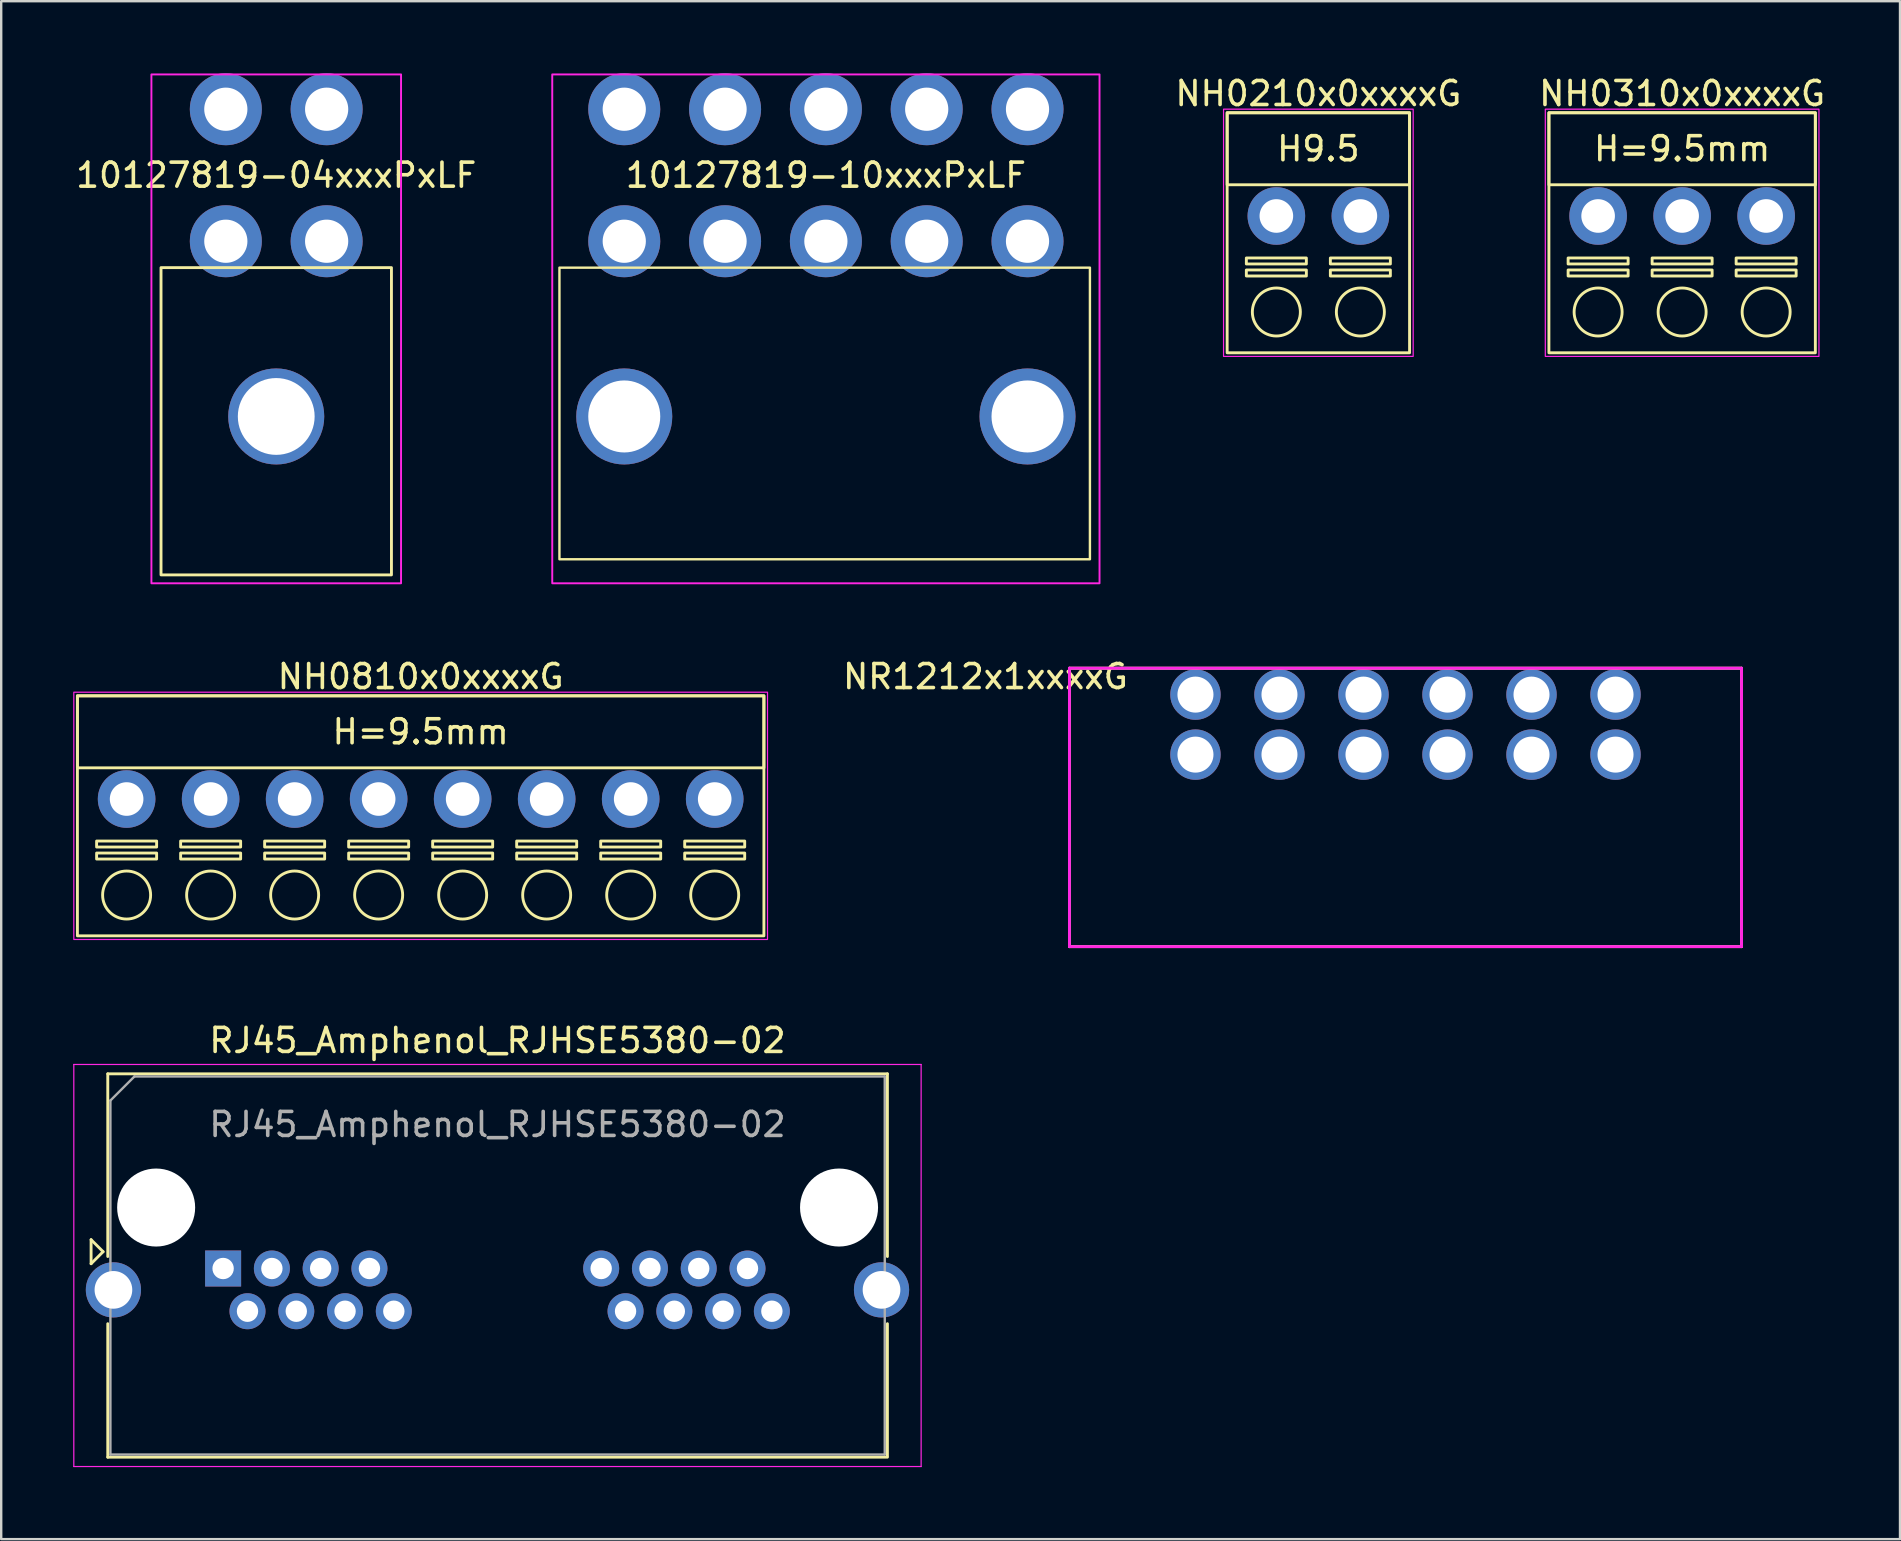
<source format=kicad_pcb>
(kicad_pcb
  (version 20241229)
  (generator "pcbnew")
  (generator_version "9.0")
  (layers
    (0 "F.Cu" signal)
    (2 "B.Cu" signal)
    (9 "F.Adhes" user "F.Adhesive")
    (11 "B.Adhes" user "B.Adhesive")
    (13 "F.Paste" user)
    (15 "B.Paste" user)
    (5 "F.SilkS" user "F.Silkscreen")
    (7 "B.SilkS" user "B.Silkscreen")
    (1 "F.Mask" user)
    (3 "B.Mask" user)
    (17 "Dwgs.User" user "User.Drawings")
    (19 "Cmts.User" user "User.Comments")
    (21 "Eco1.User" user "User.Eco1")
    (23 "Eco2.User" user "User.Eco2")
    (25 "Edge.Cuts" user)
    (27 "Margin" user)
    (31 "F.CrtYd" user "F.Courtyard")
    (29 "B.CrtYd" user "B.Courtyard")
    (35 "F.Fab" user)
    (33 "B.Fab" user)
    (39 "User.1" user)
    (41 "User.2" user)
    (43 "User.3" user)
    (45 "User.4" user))
  (footprint "NR1212x1xxxxG"
    (layer "F.Cu")
    (at 55.504 28.388)
    (property "Reference" "NR1212x1xxxxG" (at -17.5 -3.25 0) (unlocked yes) (layer "F.SilkS") (effects (font (size 1 1) (thickness 0.15))))
    (attr through_hole)
    (fp_line (start -14 -3.6) (end -14 8) (stroke (width 0.12) (type solid)) (layer "F.SilkS"))
    (fp_line (start -14 8) (end 14 8) (stroke (width 0.12) (type solid)) (layer "F.SilkS"))
    (fp_line (start 14 -3.6) (end -14 -3.6) (stroke (width 0.12) (type solid)) (layer "F.SilkS"))
    (fp_line (start 14 8) (end 14 -3.6) (stroke (width 0.12) (type solid)) (layer "F.SilkS"))
    (fp_line (start -14 -3.6) (end -14 8) (stroke (width 0.12) (type solid)) (layer "F.CrtYd"))
    (fp_line (start -14 8) (end 14 8) (stroke (width 0.12) (type solid)) (layer "F.CrtYd"))
    (fp_line (start 14 -3.6) (end -14 -3.6) (stroke (width 0.12) (type solid)) (layer "F.CrtYd"))
    (fp_line (start 14 8) (end 14 -3.6) (stroke (width 0.12) (type solid)) (layer "F.CrtYd"))
    (pad "1" thru_hole circle (at -8.75 0) (size 2.1 2.1) (drill 1.5) (layers "*.Cu" "*.Mask"))
    (pad "2" thru_hole circle (at -8.75 -2.5) (size 2.1 2.1) (drill 1.5) (layers "*.Cu" "*.Mask"))
    (pad "3" thru_hole circle (at -5.25 0) (size 2.1 2.1) (drill 1.5) (layers "*.Cu" "*.Mask"))
    (pad "4" thru_hole circle (at -5.25 -2.5) (size 2.1 2.1) (drill 1.5) (layers "*.Cu" "*.Mask"))
    (pad "5" thru_hole circle (at -1.75 0) (size 2.1 2.1) (drill 1.5) (layers "*.Cu" "*.Mask"))
    (pad "6" thru_hole circle (at -1.75 -2.5) (size 2.1 2.1) (drill 1.5) (layers "*.Cu" "*.Mask"))
    (pad "7" thru_hole circle (at 1.75 0) (size 2.1 2.1) (drill 1.5) (layers "*.Cu" "*.Mask"))
    (pad "8" thru_hole circle (at 1.75 -2.5) (size 2.1 2.1) (drill 1.5) (layers "*.Cu" "*.Mask"))
    (pad "9" thru_hole circle (at 5.25 0) (size 2.1 2.1) (drill 1.5) (layers "*.Cu" "*.Mask"))
    (pad "10" thru_hole circle (at 5.25 -2.5) (size 2.1 2.1) (drill 1.5) (layers "*.Cu" "*.Mask"))
    (pad "11" thru_hole circle (at 8.75 0) (size 2.1 2.1) (drill 1.5) (layers "*.Cu" "*.Mask"))
    (pad "12" thru_hole circle (at 8.75 -2.5) (size 2.1 2.1) (drill 1.5) (layers "*.Cu" "*.Mask")))
  (footprint "RJ45_Amphenol_RJHSE5380-02"
    (layer "F.Cu")
    (at 6.245 49.797)
    (property "Reference" "RJ45_Amphenol_RJHSE5380-02" (at 11.43 -9.5 0) (layer "F.SilkS") (effects (font (size 1 1) (thickness 0.15))))
    (attr through_hole)
    (fp_line (start -5.5 -1.2) (end -5 -0.7) (stroke (width 0.12) (type solid)) (layer "F.SilkS"))
    (fp_line (start -5.5 -0.2) (end -5.5 -1.2) (stroke (width 0.12) (type solid)) (layer "F.SilkS"))
    (fp_line (start -5 -0.7) (end -5.5 -0.2) (stroke (width 0.12) (type solid)) (layer "F.SilkS"))
    (fp_line (start -4.805 -8.11) (end -4.805 -0.5) (stroke (width 0.12) (type solid)) (layer "F.SilkS"))
    (fp_line (start -4.805 -8.11) (end 27.675 -8.11) (stroke (width 0.12) (type solid)) (layer "F.SilkS"))
    (fp_line (start -4.805 7.86) (end -4.805 2.3) (stroke (width 0.12) (type solid)) (layer "F.SilkS"))
    (fp_line (start -4.805 7.86) (end 27.675 7.86) (stroke (width 0.12) (type solid)) (layer "F.SilkS"))
    (fp_line (start 27.675 -8.11) (end 27.675 -0.5) (stroke (width 0.12) (type solid)) (layer "F.SilkS"))
    (fp_line (start 27.675 7.815) (end 27.675 2.3) (stroke (width 0.12) (type solid)) (layer "F.SilkS"))
    (fp_line (start -6.22 -8.5) (end -6.22 8.25) (stroke (width 0.05) (type solid)) (layer "F.CrtYd"))
    (fp_line (start -6.22 -8.5) (end 29.08 -8.5) (stroke (width 0.05) (type solid)) (layer "F.CrtYd"))
    (fp_line (start -6.22 8.25) (end 29.08 8.25) (stroke (width 0.05) (type solid)) (layer "F.CrtYd"))
    (fp_line (start 29.08 -8.5) (end 29.08 8.25) (stroke (width 0.05) (type solid)) (layer "F.CrtYd"))
    (fp_line (start -4.695 -7) (end -4.695 7.75) (stroke (width 0.1) (type solid)) (layer "F.Fab"))
    (fp_line (start -4.695 -7) (end -3.695 -8) (stroke (width 0.1) (type solid)) (layer "F.Fab"))
    (fp_line (start -4.695 7.75) (end 27.565 7.75) (stroke (width 0.1) (type solid)) (layer "F.Fab"))
    (fp_line (start -3.695 -8) (end 27.565 -8) (stroke (width 0.1) (type solid)) (layer "F.Fab"))
    (fp_line (start 27.565 -8) (end 27.565 7.75) (stroke (width 0.1) (type solid)) (layer "F.Fab"))
    (fp_text user "${REFERENCE}" (at 11.43 -6 0) (layer "F.Fab") (effects (font (size 1 1) (thickness 0.15))))
    (pad "" np_thru_hole circle (at -2.79 -2.54) (size 3.25 3.25) (drill 3.25) (layers "*.Cu" "*.Mask"))
    (pad "" np_thru_hole circle (at 25.66 -2.54) (size 3.25 3.25) (drill 3.25) (layers "*.Cu" "*.Mask"))
    (pad "1" thru_hole rect (at 0 0) (size 1.5 1.5) (drill 0.89) (layers "*.Cu" "*.Mask"))
    (pad "2" thru_hole circle (at 1.016 1.78) (size 1.5 1.5) (drill 0.89) (layers "*.Cu" "*.Mask"))
    (pad "3" thru_hole circle (at 2.032 0) (size 1.5 1.5) (drill 0.89) (layers "*.Cu" "*.Mask"))
    (pad "4" thru_hole circle (at 3.048 1.78) (size 1.5 1.5) (drill 0.89) (layers "*.Cu" "*.Mask"))
    (pad "5" thru_hole circle (at 4.064 0) (size 1.5 1.5) (drill 0.89) (layers "*.Cu" "*.Mask"))
    (pad "6" thru_hole circle (at 5.08 1.78) (size 1.5 1.5) (drill 0.89) (layers "*.Cu" "*.Mask"))
    (pad "7" thru_hole circle (at 6.096 0) (size 1.5 1.5) (drill 0.89) (layers "*.Cu" "*.Mask"))
    (pad "8" thru_hole circle (at 7.112 1.78) (size 1.5 1.5) (drill 0.89) (layers "*.Cu" "*.Mask"))
    (pad "13" thru_hole circle (at 15.75 0) (size 1.5 1.5) (drill 0.89) (layers "*.Cu" "*.Mask"))
    (pad "14" thru_hole circle (at 16.766 1.78) (size 1.5 1.5) (drill 0.89) (layers "*.Cu" "*.Mask"))
    (pad "15" thru_hole circle (at 17.782 0) (size 1.5 1.5) (drill 0.89) (layers "*.Cu" "*.Mask"))
    (pad "16" thru_hole circle (at 18.798 1.78) (size 1.5 1.5) (drill 0.89) (layers "*.Cu" "*.Mask"))
    (pad "17" thru_hole circle (at 19.814 0) (size 1.5 1.5) (drill 0.89) (layers "*.Cu" "*.Mask"))
    (pad "18" thru_hole circle (at 20.83 1.78) (size 1.5 1.5) (drill 0.89) (layers "*.Cu" "*.Mask"))
    (pad "19" thru_hole circle (at 21.846 0) (size 1.5 1.5) (drill 0.89) (layers "*.Cu" "*.Mask"))
    (pad "20" thru_hole circle (at 22.862 1.78) (size 1.5 1.5) (drill 0.89) (layers "*.Cu" "*.Mask"))
    (pad "SH" thru_hole circle (at -4.57 0.89) (size 2.3 2.3) (drill 1.57) (layers "*.Cu" "*.Mask"))
    (pad "SH" thru_hole circle (at 27.43 0.89) (size 2.3 2.3) (drill 1.57) (layers "*.Cu" "*.Mask")))
  (footprint "NH0210x0xxxxG"
    (layer "F.Cu")
    (at 51.874 5.948)
    (property "Reference" "NH0210x0xxxxG" (at 0 -5.1 0) (unlocked yes) (layer "F.SilkS") (effects (font (size 1 1) (thickness 0.15))))
    (attr through_hole)
    (fp_rect (start -3.8 -4.3) (end 3.8 -1.3) (stroke (width 0.12) (type solid)) (fill no) (layer "F.SilkS"))
    (fp_rect (start -3.8 -4.3) (end 3.8 5.7) (stroke (width 0.12) (type solid)) (fill no) (layer "F.SilkS"))
    (fp_rect (start -3 1.75) (end -0.5 2) (stroke (width 0.12) (type solid)) (fill no) (layer "F.SilkS"))
    (fp_rect (start -3 2.25) (end -0.5 2.5) (stroke (width 0.12) (type solid)) (fill no) (layer "F.SilkS"))
    (fp_rect (start 0.5 1.75) (end 3 2) (stroke (width 0.12) (type solid)) (fill no) (layer "F.SilkS"))
    (fp_rect (start 0.5 2.25) (end 3 2.5) (stroke (width 0.12) (type solid)) (fill no) (layer "F.SilkS"))
    (fp_circle (center -1.75 4) (end -1.75 5) (stroke (width 0.12) (type solid)) (fill no) (layer "F.SilkS"))
    (fp_circle (center 1.75 4) (end 1.75 5) (stroke (width 0.12) (type solid)) (fill no) (layer "F.SilkS"))
    (fp_rect (start -3.95 -4.45) (end 3.95 5.85) (stroke (width 0.05) (type solid)) (fill no) (layer "F.CrtYd"))
    (fp_text user "H9.5" (at 0 -2.8 0) (unlocked yes) (layer "F.SilkS") (effects (font (size 1 1) (thickness 0.15))))
    (pad "1" thru_hole circle (at -1.75 0) (size 2.4 2.4) (drill 1.4) (layers "*.Cu" "*.Mask"))
    (pad "2" thru_hole circle (at 1.75 0) (size 2.4 2.4) (drill 1.4) (layers "*.Cu" "*.Mask")))
  (footprint "10127819-04xxxPxLF"
    (layer "F.Cu")
    (at 8.458 4.25)
    (property "Reference" "10127819-04xxxPxLF" (at 0 0 180) (layer "F.SilkS") (effects (font (size 1 1) (thickness 0.15))))
    (fp_rect (start -4.8 3.85) (end 4.8 16.65) (stroke (width 0.12) (type solid)) (fill no) (layer "F.SilkS"))
    (fp_rect (start -5.2 -4.2) (end 5.2 17) (stroke (width 0.08) (type solid)) (fill no) (layer "F.CrtYd"))
    (pad "" np_thru_hole circle (at 0 10.05) (size 4 4) (drill 3.2) (layers "*.Cu" "*.Mask"))
    (pad "1" thru_hole circle (at -2.1 2.75) (size 3 3) (drill 1.8) (layers "*.Cu" "*.Mask"))
    (pad "2" thru_hole circle (at -2.1 -2.75) (size 3 3) (drill 1.8) (layers "*.Cu" "*.Mask"))
    (pad "3" thru_hole circle (at 2.1 2.75) (size 3 3) (drill 1.8) (layers "*.Cu" "*.Mask"))
    (pad "4" thru_hole circle (at 2.1 -2.75) (size 3 3) (drill 1.8) (layers "*.Cu" "*.Mask")))
  (footprint "NH0810x0xxxxG"
    (layer "F.Cu")
    (at 14.475 30.238)
    (property "Reference" "NH0810x0xxxxG" (at 0 -5.1 0) (unlocked yes) (layer "F.SilkS") (effects (font (size 1 1) (thickness 0.15))))
    (attr through_hole)
    (fp_rect (start -14.3 -4.3) (end 14.3 -1.3) (stroke (width 0.12) (type solid)) (fill no) (layer "F.SilkS"))
    (fp_rect (start -14.3 -4.3) (end 14.3 5.7) (stroke (width 0.12) (type solid)) (fill no) (layer "F.SilkS"))
    (fp_rect (start -13.5 1.75) (end -11 2) (stroke (width 0.12) (type solid)) (fill no) (layer "F.SilkS"))
    (fp_rect (start -13.5 2.25) (end -11 2.5) (stroke (width 0.12) (type solid)) (fill no) (layer "F.SilkS"))
    (fp_rect (start -10 1.75) (end -7.5 2) (stroke (width 0.12) (type solid)) (fill no) (layer "F.SilkS"))
    (fp_rect (start -10 2.25) (end -7.5 2.5) (stroke (width 0.12) (type solid)) (fill no) (layer "F.SilkS"))
    (fp_rect (start -6.5 1.75) (end -4 2) (stroke (width 0.12) (type solid)) (fill no) (layer "F.SilkS"))
    (fp_rect (start -6.5 2.25) (end -4 2.5) (stroke (width 0.12) (type solid)) (fill no) (layer "F.SilkS"))
    (fp_rect (start -3 1.75) (end -0.5 2) (stroke (width 0.12) (type solid)) (fill no) (layer "F.SilkS"))
    (fp_rect (start -3 2.25) (end -0.5 2.5) (stroke (width 0.12) (type solid)) (fill no) (layer "F.SilkS"))
    (fp_rect (start 0.5 1.75) (end 3 2) (stroke (width 0.12) (type solid)) (fill no) (layer "F.SilkS"))
    (fp_rect (start 0.5 2.25) (end 3 2.5) (stroke (width 0.12) (type solid)) (fill no) (layer "F.SilkS"))
    (fp_rect (start 4 1.75) (end 6.5 2) (stroke (width 0.12) (type solid)) (fill no) (layer "F.SilkS"))
    (fp_rect (start 4 2.25) (end 6.5 2.5) (stroke (width 0.12) (type solid)) (fill no) (layer "F.SilkS"))
    (fp_rect (start 7.5 1.75) (end 10 2) (stroke (width 0.12) (type solid)) (fill no) (layer "F.SilkS"))
    (fp_rect (start 7.5 2.25) (end 10 2.5) (stroke (width 0.12) (type solid)) (fill no) (layer "F.SilkS"))
    (fp_rect (start 11 1.75) (end 13.5 2) (stroke (width 0.12) (type solid)) (fill no) (layer "F.SilkS"))
    (fp_rect (start 11 2.25) (end 13.5 2.5) (stroke (width 0.12) (type solid)) (fill no) (layer "F.SilkS"))
    (fp_circle (center -12.25 4) (end -12.25 5) (stroke (width 0.12) (type solid)) (fill no) (layer "F.SilkS"))
    (fp_circle (center -8.75 4) (end -8.75 5) (stroke (width 0.12) (type solid)) (fill no) (layer "F.SilkS"))
    (fp_circle (center -5.25 4) (end -5.25 5) (stroke (width 0.12) (type solid)) (fill no) (layer "F.SilkS"))
    (fp_circle (center -1.75 4) (end -1.75 5) (stroke (width 0.12) (type solid)) (fill no) (layer "F.SilkS"))
    (fp_circle (center 1.75 4) (end 1.75 5) (stroke (width 0.12) (type solid)) (fill no) (layer "F.SilkS"))
    (fp_circle (center 5.25 4) (end 5.25 5) (stroke (width 0.12) (type solid)) (fill no) (layer "F.SilkS"))
    (fp_circle (center 8.75 4) (end 8.75 5) (stroke (width 0.12) (type solid)) (fill no) (layer "F.SilkS"))
    (fp_circle (center 12.25 4) (end 12.25 5) (stroke (width 0.12) (type solid)) (fill no) (layer "F.SilkS"))
    (fp_rect (start -14.45 -4.45) (end 14.45 5.85) (stroke (width 0.05) (type solid)) (fill no) (layer "F.CrtYd"))
    (fp_text user "H=9.5mm" (at 0 -2.8 0) (unlocked yes) (layer "F.SilkS") (effects (font (size 1 1) (thickness 0.15))))
    (pad "1" thru_hole circle (at -12.25 0) (size 2.4 2.4) (drill 1.4) (layers "*.Cu" "*.Mask"))
    (pad "2" thru_hole circle (at -8.75 0) (size 2.4 2.4) (drill 1.4) (layers "*.Cu" "*.Mask"))
    (pad "3" thru_hole circle (at -5.25 0) (size 2.4 2.4) (drill 1.4) (layers "*.Cu" "*.Mask"))
    (pad "4" thru_hole circle (at -1.75 0) (size 2.4 2.4) (drill 1.4) (layers "*.Cu" "*.Mask"))
    (pad "5" thru_hole circle (at 1.75 0) (size 2.4 2.4) (drill 1.4) (layers "*.Cu" "*.Mask"))
    (pad "6" thru_hole circle (at 5.25 0) (size 2.4 2.4) (drill 1.4) (layers "*.Cu" "*.Mask"))
    (pad "7" thru_hole circle (at 8.75 0) (size 2.4 2.4) (drill 1.4) (layers "*.Cu" "*.Mask"))
    (pad "8" thru_hole circle (at 12.25 0) (size 2.4 2.4) (drill 1.4) (layers "*.Cu" "*.Mask")))
  (footprint "10127819-10xxxPxLF"
    (layer "F.Cu")
    (at 31.357 4.25)
    (property "Reference" "10127819-10xxxPxLF" (at 0 0 180) (layer "F.SilkS") (effects (font (size 1 1) (thickness 0.15))))
    (fp_rect (start -11.1 3.85) (end 11 16) (stroke (width 0.1) (type solid)) (fill no) (layer "F.SilkS"))
    (fp_rect (start -11.4 -4.2) (end 11.4 17) (stroke (width 0.08) (type solid)) (fill no) (layer "F.CrtYd"))
    (pad "" np_thru_hole circle (at -8.4 10.05) (size 4 4) (drill 3) (layers "*.Cu" "*.Mask"))
    (pad "" np_thru_hole circle (at 8.4 10.05) (size 4 4) (drill 3) (layers "*.Cu" "*.Mask"))
    (pad "1" thru_hole circle (at -8.4 2.75) (size 3 3) (drill 1.8) (layers "*.Cu" "*.Mask"))
    (pad "2" thru_hole circle (at -8.4 -2.75) (size 3 3) (drill 1.8) (layers "*.Cu" "*.Mask"))
    (pad "3" thru_hole circle (at -4.2 2.75) (size 3 3) (drill 1.8) (layers "*.Cu" "*.Mask"))
    (pad "4" thru_hole circle (at -4.2 -2.75) (size 3 3) (drill 1.8) (layers "*.Cu" "*.Mask"))
    (pad "5" thru_hole circle (at 0 2.75) (size 3 3) (drill 1.8) (layers "*.Cu" "*.Mask"))
    (pad "6" thru_hole circle (at 0 -2.75) (size 3 3) (drill 1.8) (layers "*.Cu" "*.Mask"))
    (pad "7" thru_hole circle (at 4.2 2.75) (size 3 3) (drill 1.8) (layers "*.Cu" "*.Mask"))
    (pad "8" thru_hole circle (at 4.2 -2.75) (size 3 3) (drill 1.8) (layers "*.Cu" "*.Mask"))
    (pad "9" thru_hole circle (at 8.4 2.75) (size 3 3) (drill 1.8) (layers "*.Cu" "*.Mask"))
    (pad "10" thru_hole circle (at 8.4 -2.75) (size 3 3) (drill 1.8) (layers "*.Cu" "*.Mask")))
  (footprint "NH0310x0xxxxG"
    (layer "F.Cu")
    (at 67.029 5.948)
    (property "Reference" "NH0310x0xxxxG" (at 0 -5.1 0) (unlocked yes) (layer "F.SilkS") (effects (font (size 1 1) (thickness 0.15))))
    (attr through_hole)
    (fp_rect (start -5.55 -4.3) (end 5.55 -1.3) (stroke (width 0.12) (type solid)) (fill no) (layer "F.SilkS"))
    (fp_rect (start -5.55 -4.3) (end 5.55 5.7) (stroke (width 0.12) (type solid)) (fill no) (layer "F.SilkS"))
    (fp_rect (start -4.75 1.75) (end -2.25 2) (stroke (width 0.12) (type solid)) (fill no) (layer "F.SilkS"))
    (fp_rect (start -4.75 2.25) (end -2.25 2.5) (stroke (width 0.12) (type solid)) (fill no) (layer "F.SilkS"))
    (fp_rect (start -1.25 1.75) (end 1.25 2) (stroke (width 0.12) (type solid)) (fill no) (layer "F.SilkS"))
    (fp_rect (start -1.25 2.25) (end 1.25 2.5) (stroke (width 0.12) (type solid)) (fill no) (layer "F.SilkS"))
    (fp_rect (start 2.25 1.75) (end 4.75 2) (stroke (width 0.12) (type solid)) (fill no) (layer "F.SilkS"))
    (fp_rect (start 2.25 2.25) (end 4.75 2.5) (stroke (width 0.12) (type solid)) (fill no) (layer "F.SilkS"))
    (fp_circle (center -3.5 4) (end -3.5 5) (stroke (width 0.12) (type solid)) (fill no) (layer "F.SilkS"))
    (fp_circle (center 0 4) (end 0 5) (stroke (width 0.12) (type solid)) (fill no) (layer "F.SilkS"))
    (fp_circle (center 3.5 4) (end 3.5 5) (stroke (width 0.12) (type solid)) (fill no) (layer "F.SilkS"))
    (fp_rect (start -5.7 -4.45) (end 5.7 5.85) (stroke (width 0.05) (type solid)) (fill no) (layer "F.CrtYd"))
    (fp_text user "H=9.5mm" (at 0 -2.8 0) (unlocked yes) (layer "F.SilkS") (effects (font (size 1 1) (thickness 0.15))))
    (pad "1" thru_hole circle (at -3.5 0) (size 2.4 2.4) (drill 1.4) (layers "*.Cu" "*.Mask"))
    (pad "2" thru_hole circle (at 0 0) (size 2.4 2.4) (drill 1.4) (layers "*.Cu" "*.Mask"))
    (pad "3" thru_hole circle (at 3.5 0) (size 2.4 2.4) (drill 1.4) (layers "*.Cu" "*.Mask")))
  (gr_rect
    (start -3 -3)
    (end 76.106 61.072)
    (stroke (width 0.1) (type default))
    (fill no)
    (layer "Edge.Cuts")))
</source>
